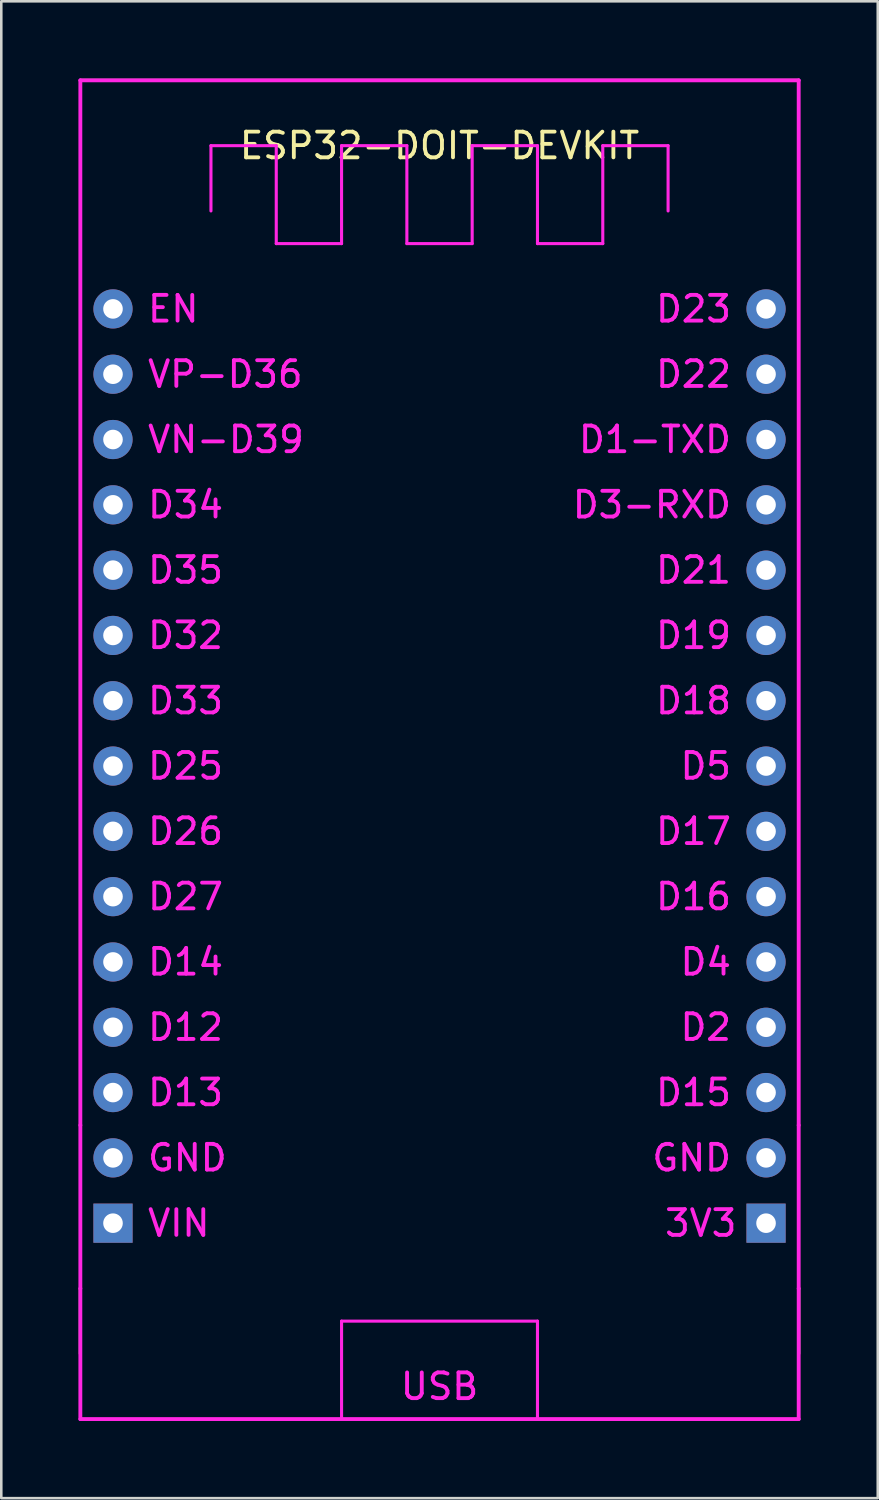
<source format=kicad_pcb>
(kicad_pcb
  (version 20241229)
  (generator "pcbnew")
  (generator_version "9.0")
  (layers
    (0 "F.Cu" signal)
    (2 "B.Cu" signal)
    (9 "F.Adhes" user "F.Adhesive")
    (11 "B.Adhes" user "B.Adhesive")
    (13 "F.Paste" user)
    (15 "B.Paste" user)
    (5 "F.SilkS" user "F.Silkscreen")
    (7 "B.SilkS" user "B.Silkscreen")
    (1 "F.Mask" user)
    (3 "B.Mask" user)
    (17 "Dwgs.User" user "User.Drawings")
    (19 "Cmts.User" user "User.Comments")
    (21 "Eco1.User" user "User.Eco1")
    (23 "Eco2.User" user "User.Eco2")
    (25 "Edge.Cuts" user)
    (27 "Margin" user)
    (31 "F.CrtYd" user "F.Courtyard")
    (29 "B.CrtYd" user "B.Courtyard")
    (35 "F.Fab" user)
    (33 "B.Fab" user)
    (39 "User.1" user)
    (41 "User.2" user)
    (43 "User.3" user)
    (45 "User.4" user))
  (footprint "ESP32-DOIT-DEVKIT"
    (layer "F.Cu")
    (at 14.045 2.615)
    (property "Reference" "ESP32-DOIT-DEVKIT" (at 0 0 0) (layer "F.SilkS") (effects (font (size 1 1) (thickness 0.15))))
    (attr through_hole)
    (fp_line (start -13.97 -2.54) (end 13.97 -2.54) (stroke (width 0.12) (type solid)) (layer "F.SilkS"))
    (fp_line (start -13.97 44.45) (end -13.97 46.99) (stroke (width 0.12) (type solid)) (layer "F.SilkS"))
    (fp_line (start 13.97 46.99) (end 13.97 44.45) (stroke (width 0.12) (type solid)) (layer "F.SilkS"))
    (fp_line (start -13.97 -2.54) (end 13.97 -2.54) (stroke (width 0.15) (type solid)) (layer "F.CrtYd"))
    (fp_line (start -13.97 38.1) (end -13.97 -2.54) (stroke (width 0.15) (type solid)) (layer "F.CrtYd"))
    (fp_line (start -13.97 38.1) (end -13.97 44.45) (stroke (width 0.15) (type solid)) (layer "F.CrtYd"))
    (fp_line (start -13.97 44.45) (end -13.97 49.53) (stroke (width 0.15) (type solid)) (layer "F.CrtYd"))
    (fp_line (start -13.97 49.53) (end 13.97 49.53) (stroke (width 0.15) (type solid)) (layer "F.CrtYd"))
    (fp_line (start -8.89 0) (end -6.35 0) (stroke (width 0.12) (type solid)) (layer "F.CrtYd"))
    (fp_line (start -8.89 2.54) (end -8.89 0) (stroke (width 0.12) (type solid)) (layer "F.CrtYd"))
    (fp_line (start -6.35 0) (end -6.35 3.81) (stroke (width 0.12) (type solid)) (layer "F.CrtYd"))
    (fp_line (start -6.35 3.81) (end -3.81 3.81) (stroke (width 0.12) (type solid)) (layer "F.CrtYd"))
    (fp_line (start -3.81 0) (end -1.27 0) (stroke (width 0.12) (type solid)) (layer "F.CrtYd"))
    (fp_line (start -3.81 3.81) (end -3.81 0) (stroke (width 0.12) (type solid)) (layer "F.CrtYd"))
    (fp_line (start -3.81 45.72) (end 3.81 45.72) (stroke (width 0.12) (type solid)) (layer "F.CrtYd"))
    (fp_line (start -3.81 49.53) (end -3.81 45.72) (stroke (width 0.12) (type solid)) (layer "F.CrtYd"))
    (fp_line (start -1.27 0) (end -1.27 3.81) (stroke (width 0.12) (type solid)) (layer "F.CrtYd"))
    (fp_line (start -1.27 3.81) (end 1.27 3.81) (stroke (width 0.12) (type solid)) (layer "F.CrtYd"))
    (fp_line (start 1.27 0) (end 3.81 0) (stroke (width 0.12) (type solid)) (layer "F.CrtYd"))
    (fp_line (start 1.27 3.81) (end 1.27 0) (stroke (width 0.12) (type solid)) (layer "F.CrtYd"))
    (fp_line (start 3.81 0) (end 3.81 3.81) (stroke (width 0.12) (type solid)) (layer "F.CrtYd"))
    (fp_line (start 3.81 3.81) (end 6.35 3.81) (stroke (width 0.12) (type solid)) (layer "F.CrtYd"))
    (fp_line (start 3.81 45.72) (end 3.81 49.53) (stroke (width 0.12) (type solid)) (layer "F.CrtYd"))
    (fp_line (start 6.35 0) (end 8.89 0) (stroke (width 0.12) (type solid)) (layer "F.CrtYd"))
    (fp_line (start 6.35 3.81) (end 6.35 0) (stroke (width 0.12) (type solid)) (layer "F.CrtYd"))
    (fp_line (start 8.89 0) (end 8.89 2.54) (stroke (width 0.12) (type solid)) (layer "F.CrtYd"))
    (fp_line (start 13.97 -2.54) (end 13.97 38.1) (stroke (width 0.15) (type solid)) (layer "F.CrtYd"))
    (fp_line (start 13.97 44.45) (end 13.97 38.1) (stroke (width 0.15) (type solid)) (layer "F.CrtYd"))
    (fp_line (start 13.97 49.53) (end 13.97 44.45) (stroke (width 0.15) (type solid)) (layer "F.CrtYd"))
    (fp_text user "D5" (at 11.43 24.13 0) (layer "F.CrtYd") (effects (font (size 1 1) (thickness 0.15)) (justify right)))
    (fp_text user "D13" (at -11.43 36.83 0) (layer "F.CrtYd") (effects (font (size 1 1) (thickness 0.15)) (justify left)))
    (fp_text user "D22" (at 11.43 8.89 0) (layer "F.CrtYd") (effects (font (size 1 1) (thickness 0.15)) (justify right)))
    (fp_text user "D35" (at -11.43 16.51 0) (layer "F.CrtYd") (effects (font (size 1 1) (thickness 0.15)) (justify left)))
    (fp_text user "D15" (at 11.43 36.83 0) (layer "F.CrtYd") (effects (font (size 1 1) (thickness 0.15)) (justify right)))
    (fp_text user "USB" (at 0 48.26 0) (layer "F.CrtYd") (effects (font (size 1 1) (thickness 0.15))))
    (fp_text user "D34" (at -11.43 13.97 0) (layer "F.CrtYd") (effects (font (size 1 1) (thickness 0.15)) (justify left)))
    (fp_text user "D17" (at 11.43 26.67 0) (layer "F.CrtYd") (effects (font (size 1 1) (thickness 0.15)) (justify right)))
    (fp_text user "GND" (at 11.43 39.37 0) (layer "F.CrtYd") (effects (font (size 1 1) (thickness 0.15)) (justify right)))
    (fp_text user "D4" (at 11.43 31.75 0) (layer "F.CrtYd") (effects (font (size 1 1) (thickness 0.15)) (justify right)))
    (fp_text user "D12" (at -11.43 34.29 0) (layer "F.CrtYd") (effects (font (size 1 1) (thickness 0.15)) (justify left)))
    (fp_text user "D32" (at -11.43 19.05 0) (layer "F.CrtYd") (effects (font (size 1 1) (thickness 0.15)) (justify left)))
    (fp_text user "D14" (at -11.43 31.75 0) (layer "F.CrtYd") (effects (font (size 1 1) (thickness 0.15)) (justify left)))
    (fp_text user "D1-TXD" (at 11.43 11.43 0) (layer "F.CrtYd") (effects (font (size 1 1) (thickness 0.15)) (justify right)))
    (fp_text user "D23" (at 11.43 6.35 0) (layer "F.CrtYd") (effects (font (size 1 1) (thickness 0.15)) (justify right)))
    (fp_text user "VN-D39" (at -11.43 11.43 0) (layer "F.CrtYd") (effects (font (size 1 1) (thickness 0.15)) (justify left)))
    (fp_text user "EN" (at -11.43 6.35 0) (layer "F.CrtYd") (effects (font (size 1 1) (thickness 0.15)) (justify left)))
    (fp_text user "D2" (at 11.43 34.29 0) (layer "F.CrtYd") (effects (font (size 1 1) (thickness 0.15)) (justify right)))
    (fp_text user "D18" (at 11.43 21.59 0) (layer "F.CrtYd") (effects (font (size 1 1) (thickness 0.15)) (justify right)))
    (fp_text user "D3-RXD" (at 11.43 13.97 0) (layer "F.CrtYd") (effects (font (size 1 1) (thickness 0.15)) (justify right)))
    (fp_text user "D27" (at -11.43 29.21 0) (layer "F.CrtYd") (effects (font (size 1 1) (thickness 0.15)) (justify left)))
    (fp_text user "VIN" (at -11.43 41.91 0) (layer "F.CrtYd") (effects (font (size 1 1) (thickness 0.15)) (justify left)))
    (fp_text user "D21" (at 11.43 16.51 0) (layer "F.CrtYd") (effects (font (size 1 1) (thickness 0.15)) (justify right)))
    (fp_text user "D33" (at -11.43 21.59 0) (layer "F.CrtYd") (effects (font (size 1 1) (thickness 0.15)) (justify left)))
    (fp_text user "D19" (at 11.43 19.05 0) (layer "F.CrtYd") (effects (font (size 1 1) (thickness 0.15)) (justify right)))
    (fp_text user "GND" (at -11.43 39.37 0) (layer "F.CrtYd") (effects (font (size 1 1) (thickness 0.15)) (justify left)))
    (fp_text user "D16" (at 11.43 29.21 0) (layer "F.CrtYd") (effects (font (size 1 1) (thickness 0.15)) (justify right)))
    (fp_text user "D26" (at -11.43 26.67 0) (layer "F.CrtYd") (effects (font (size 1 1) (thickness 0.15)) (justify left)))
    (fp_text user "VP-D36" (at -11.43 8.89 0) (layer "F.CrtYd") (effects (font (size 1 1) (thickness 0.15)) (justify left)))
    (fp_text user "3V3" (at 10.16 41.91 0) (layer "F.CrtYd") (effects (font (size 1 1) (thickness 0.15))))
    (fp_text user "D25" (at -11.43 24.13 0) (layer "F.CrtYd") (effects (font (size 1 1) (thickness 0.15)) (justify left)))
    (pad "1" thru_hole circle (at -12.7 6.35) (size 1.524 1.524) (drill 0.762) (layers "*.Cu" "*.Mask"))
    (pad "2" thru_hole circle (at -12.7 8.89) (size 1.524 1.524) (drill 0.762) (layers "*.Cu" "*.Mask"))
    (pad "3" thru_hole circle (at -12.7 11.43) (size 1.524 1.524) (drill 0.762) (layers "*.Cu" "*.Mask"))
    (pad "4" thru_hole circle (at -12.7 13.97) (size 1.524 1.524) (drill 0.762) (layers "*.Cu" "*.Mask"))
    (pad "5" thru_hole circle (at -12.7 16.51) (size 1.524 1.524) (drill 0.762) (layers "*.Cu" "*.Mask"))
    (pad "6" thru_hole circle (at -12.7 19.05) (size 1.524 1.524) (drill 0.762) (layers "*.Cu" "*.Mask"))
    (pad "7" thru_hole circle (at -12.7 21.59) (size 1.524 1.524) (drill 0.762) (layers "*.Cu" "*.Mask"))
    (pad "8" thru_hole circle (at -12.7 24.13) (size 1.524 1.524) (drill 0.762) (layers "*.Cu" "*.Mask"))
    (pad "9" thru_hole circle (at -12.7 26.67) (size 1.524 1.524) (drill 0.762) (layers "*.Cu" "*.Mask"))
    (pad "10" thru_hole circle (at -12.7 29.21) (size 1.524 1.524) (drill 0.762) (layers "*.Cu" "*.Mask"))
    (pad "11" thru_hole circle (at -12.7 31.75) (size 1.524 1.524) (drill 0.762) (layers "*.Cu" "*.Mask"))
    (pad "12" thru_hole circle (at -12.7 34.29) (size 1.524 1.524) (drill 0.762) (layers "*.Cu" "*.Mask"))
    (pad "13" thru_hole circle (at -12.7 36.83) (size 1.524 1.524) (drill 0.762) (layers "*.Cu" "*.Mask"))
    (pad "14" thru_hole circle (at -12.7 39.37) (size 1.524 1.524) (drill 0.762) (layers "*.Cu" "*.Mask"))
    (pad "15" thru_hole rect (at -12.7 41.91) (size 1.524 1.524) (drill 0.762) (layers "*.Cu" "*.Mask"))
    (pad "16" thru_hole rect (at 12.7 41.91) (size 1.524 1.524) (drill 0.762) (layers "*.Cu" "*.Mask"))
    (pad "17" thru_hole circle (at 12.7 39.37) (size 1.524 1.524) (drill 0.762) (layers "*.Cu" "*.Mask"))
    (pad "18" thru_hole circle (at 12.7 36.83) (size 1.524 1.524) (drill 0.762) (layers "*.Cu" "*.Mask"))
    (pad "19" thru_hole circle (at 12.7 34.29) (size 1.524 1.524) (drill 0.762) (layers "*.Cu" "*.Mask"))
    (pad "20" thru_hole circle (at 12.7 31.75) (size 1.524 1.524) (drill 0.762) (layers "*.Cu" "*.Mask"))
    (pad "21" thru_hole circle (at 12.7 29.21) (size 1.524 1.524) (drill 0.762) (layers "*.Cu" "*.Mask"))
    (pad "22" thru_hole circle (at 12.7 26.67) (size 1.524 1.524) (drill 0.762) (layers "*.Cu" "*.Mask"))
    (pad "23" thru_hole circle (at 12.7 24.13) (size 1.524 1.524) (drill 0.762) (layers "*.Cu" "*.Mask"))
    (pad "24" thru_hole circle (at 12.7 21.59) (size 1.524 1.524) (drill 0.762) (layers "*.Cu" "*.Mask"))
    (pad "25" thru_hole circle (at 12.7 19.05) (size 1.524 1.524) (drill 0.762) (layers "*.Cu" "*.Mask"))
    (pad "26" thru_hole circle (at 12.7 16.51) (size 1.524 1.524) (drill 0.762) (layers "*.Cu" "*.Mask"))
    (pad "27" thru_hole circle (at 12.7 13.97) (size 1.524 1.524) (drill 0.762) (layers "*.Cu" "*.Mask"))
    (pad "28" thru_hole circle (at 12.7 11.43) (size 1.524 1.524) (drill 0.762) (layers "*.Cu" "*.Mask"))
    (pad "29" thru_hole circle (at 12.7 8.89) (size 1.524 1.524) (drill 0.762) (layers "*.Cu" "*.Mask"))
    (pad "30" thru_hole circle (at 12.7 6.35) (size 1.524 1.524) (drill 0.762) (layers "*.Cu" "*.Mask")))
  (gr_rect
    (start -3 -3)
    (end 31.09 55.22)
    (stroke (width 0.1) (type default))
    (fill no)
    (layer "Edge.Cuts")))
</source>
